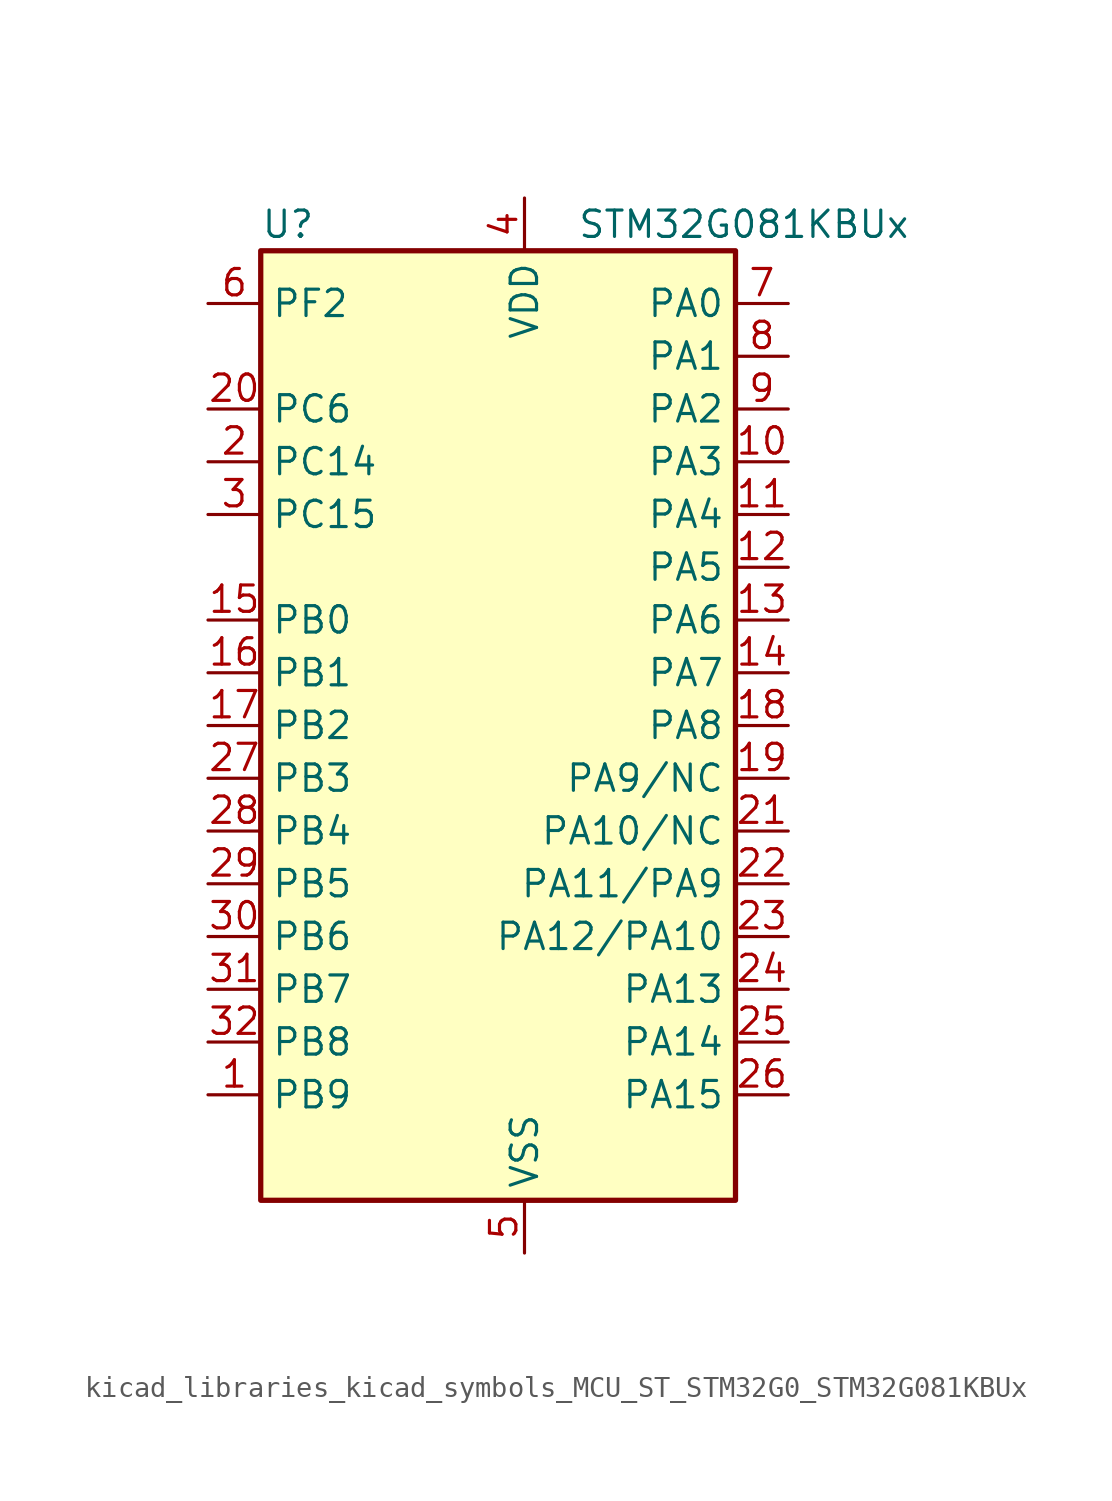
<source format=kicad_sym>
(kicad_symbol_lib
  (version 20220914)
  (generator kicad_symbol_editor)
  (symbol "kicad_libraries_kicad_symbols_MCU_ST_STM32G0_STM32G081KBUx"
    (property "Reference" "U"
      (at -10.16 24.13 0)
      (effects (font (size 1.27 1.27)) (justify left)))
    (property "Value" "STM32G081KBUx"
      (at 5.08 24.13 0)
      (effects (font (size 1.27 1.27)) (justify left)))
    (property "ki_locked" ""
      (at 0 0 0)
      (effects (font (size 1.27 1.27))))
    (symbol "kicad_libraries_kicad_symbols_MCU_ST_STM32G0_STM32G081KBUx_0_1"
      (rectangle (start -10.16 -22.86) (end 12.7 22.86) (stroke (width 0.254) (type default)) (fill (type background))))
    (symbol "kicad_libraries_kicad_symbols_MCU_ST_STM32G0_STM32G081KBUx_1_1"
      (pin bidirectional line (at -12.7 -17.78 0) (length 2.54) (name "PB9" (effects (font (size 1.27 1.27)))) (number "1" (effects (font (size 1.27 1.27)))) (alternate "DAC1_EXTI9" bidirectional line) (alternate "I2C1_SDA" bidirectional line) (alternate "IR_OUT" bidirectional line) (alternate "SPI2_NSS" bidirectional line) (alternate "TIM17_CH1" bidirectional line) (alternate "USART3_RX" bidirectional line))
      (pin bidirectional line (at 15.24 12.7 180) (length 2.54) (name "PA3" (effects (font (size 1.27 1.27)))) (number "10" (effects (font (size 1.27 1.27)))) (alternate "ADC1_IN3" bidirectional line) (alternate "COMP2_INP" bidirectional line) (alternate "LPUART1_RX" bidirectional line) (alternate "SPI2_MISO" bidirectional line) (alternate "TIM15_CH2" bidirectional line) (alternate "TIM2_CH4" bidirectional line) (alternate "USART2_RX" bidirectional line))
      (pin bidirectional line (at 15.24 10.16 180) (length 2.54) (name "PA4" (effects (font (size 1.27 1.27)))) (number "11" (effects (font (size 1.27 1.27)))) (alternate "ADC1_IN4" bidirectional line) (alternate "DAC1_OUT1" bidirectional line) (alternate "I2S1_WS" bidirectional line) (alternate "LPTIM2_OUT" bidirectional line) (alternate "RTC_OUT_ALARM" bidirectional line) (alternate "RTC_OUT_CALIB" bidirectional line) (alternate "RTC_TAMP_IN1" bidirectional line) (alternate "RTC_TS" bidirectional line) (alternate "SPI1_NSS" bidirectional line) (alternate "SPI2_MOSI" bidirectional line) (alternate "SYS_WKUP2" bidirectional line) (alternate "TIM14_CH1" bidirectional line))
      (pin bidirectional line (at 15.24 7.62 180) (length 2.54) (name "PA5" (effects (font (size 1.27 1.27)))) (number "12" (effects (font (size 1.27 1.27)))) (alternate "ADC1_IN5" bidirectional line) (alternate "CEC" bidirectional line) (alternate "DAC1_OUT2" bidirectional line) (alternate "I2S1_CK" bidirectional line) (alternate "LPTIM2_ETR" bidirectional line) (alternate "SPI1_SCK" bidirectional line) (alternate "TIM2_CH1" bidirectional line) (alternate "TIM2_ETR" bidirectional line) (alternate "UCPD1_FRSTX1" bidirectional line) (alternate "UCPD1_FRSTX2" bidirectional line) (alternate "USART3_TX" bidirectional line))
      (pin bidirectional line (at 15.24 5.08 180) (length 2.54) (name "PA6" (effects (font (size 1.27 1.27)))) (number "13" (effects (font (size 1.27 1.27)))) (alternate "ADC1_IN6" bidirectional line) (alternate "COMP1_OUT" bidirectional line) (alternate "I2S1_MCK" bidirectional line) (alternate "LPUART1_CTS" bidirectional line) (alternate "SPI1_MISO" bidirectional line) (alternate "TIM16_CH1" bidirectional line) (alternate "TIM1_BK" bidirectional line) (alternate "TIM3_CH1" bidirectional line) (alternate "USART3_CTS" bidirectional line) (alternate "USART3_NSS" bidirectional line))
      (pin bidirectional line (at 15.24 2.54 180) (length 2.54) (name "PA7" (effects (font (size 1.27 1.27)))) (number "14" (effects (font (size 1.27 1.27)))) (alternate "ADC1_IN7" bidirectional line) (alternate "COMP2_OUT" bidirectional line) (alternate "I2S1_SD" bidirectional line) (alternate "SPI1_MOSI" bidirectional line) (alternate "TIM14_CH1" bidirectional line) (alternate "TIM17_CH1" bidirectional line) (alternate "TIM1_CH1N" bidirectional line) (alternate "TIM3_CH2" bidirectional line) (alternate "UCPD1_FRSTX1" bidirectional line) (alternate "UCPD1_FRSTX2" bidirectional line))
      (pin bidirectional line (at -12.7 5.08 0) (length 2.54) (name "PB0" (effects (font (size 1.27 1.27)))) (number "15" (effects (font (size 1.27 1.27)))) (alternate "ADC1_IN8" bidirectional line) (alternate "COMP1_OUT" bidirectional line) (alternate "I2S1_WS" bidirectional line) (alternate "LPTIM1_OUT" bidirectional line) (alternate "SPI1_NSS" bidirectional line) (alternate "TIM1_CH2N" bidirectional line) (alternate "TIM3_CH3" bidirectional line) (alternate "UCPD1_FRSTX1" bidirectional line) (alternate "UCPD1_FRSTX2" bidirectional line) (alternate "USART3_RX" bidirectional line))
      (pin bidirectional line (at -12.7 2.54 0) (length 2.54) (name "PB1" (effects (font (size 1.27 1.27)))) (number "16" (effects (font (size 1.27 1.27)))) (alternate "ADC1_IN9" bidirectional line) (alternate "COMP1_INM" bidirectional line) (alternate "LPTIM2_IN1" bidirectional line) (alternate "LPUART1_DE" bidirectional line) (alternate "LPUART1_RTS" bidirectional line) (alternate "TIM14_CH1" bidirectional line) (alternate "TIM1_CH3N" bidirectional line) (alternate "TIM3_CH4" bidirectional line) (alternate "USART3_CK" bidirectional line) (alternate "USART3_DE" bidirectional line) (alternate "USART3_RTS" bidirectional line))
      (pin bidirectional line (at -12.7 0 0) (length 2.54) (name "PB2" (effects (font (size 1.27 1.27)))) (number "17" (effects (font (size 1.27 1.27)))) (alternate "ADC1_IN10" bidirectional line) (alternate "COMP1_INP" bidirectional line) (alternate "LPTIM1_OUT" bidirectional line) (alternate "SPI2_MISO" bidirectional line) (alternate "USART3_TX" bidirectional line))
      (pin bidirectional line (at 15.24 0 180) (length 2.54) (name "PA8" (effects (font (size 1.27 1.27)))) (number "18" (effects (font (size 1.27 1.27)))) (alternate "LPTIM2_OUT" bidirectional line) (alternate "RCC_MCO" bidirectional line) (alternate "SPI2_NSS" bidirectional line) (alternate "TIM1_CH1" bidirectional line) (alternate "UCPD1_CC1" bidirectional line))
      (pin bidirectional line (at 15.24 -2.54 180) (length 2.54) (name "PA9/NC" (effects (font (size 1.27 1.27)))) (number "19" (effects (font (size 1.27 1.27)))) (alternate "DAC1_EXTI9" bidirectional line) (alternate "I2C1_SCL" bidirectional line) (alternate "RCC_MCO" bidirectional line) (alternate "SPI2_MISO" bidirectional line) (alternate "TIM15_BK" bidirectional line) (alternate "TIM1_CH2" bidirectional line) (alternate "UCPD1_DBCC1" bidirectional line) (alternate "USART1_TX" bidirectional line))
      (pin bidirectional line (at -12.7 12.7 0) (length 2.54) (name "PC14" (effects (font (size 1.27 1.27)))) (number "2" (effects (font (size 1.27 1.27)))) (alternate "RCC_OSC32_IN" bidirectional line) (alternate "RCC_OSC_IN" bidirectional line) (alternate "TIM1_BK2" bidirectional line))
      (pin bidirectional line (at -12.7 15.24 0) (length 2.54) (name "PC6" (effects (font (size 1.27 1.27)))) (number "20" (effects (font (size 1.27 1.27)))) (alternate "TIM2_CH3" bidirectional line) (alternate "TIM3_CH1" bidirectional line) (alternate "UCPD1_FRSTX1" bidirectional line) (alternate "UCPD1_FRSTX2" bidirectional line))
      (pin bidirectional line (at 15.24 -5.08 180) (length 2.54) (name "PA10/NC" (effects (font (size 1.27 1.27)))) (number "21" (effects (font (size 1.27 1.27)))) (alternate "I2C1_SDA" bidirectional line) (alternate "SPI2_MOSI" bidirectional line) (alternate "TIM17_BK" bidirectional line) (alternate "TIM1_CH3" bidirectional line) (alternate "UCPD1_DBCC2" bidirectional line) (alternate "USART1_RX" bidirectional line))
      (pin bidirectional line (at 15.24 -7.62 180) (length 2.54) (name "PA11/PA9" (effects (font (size 1.27 1.27)))) (number "22" (effects (font (size 1.27 1.27)))) (alternate "ADC1_EXTI11" bidirectional line) (alternate "COMP1_OUT" bidirectional line) (alternate "I2C2_SCL" bidirectional line) (alternate "I2S1_MCK" bidirectional line) (alternate "SPI1_MISO" bidirectional line) (alternate "TIM1_BK2" bidirectional line) (alternate "TIM1_CH4" bidirectional line) (alternate "USART1_CTS" bidirectional line) (alternate "USART1_NSS" bidirectional line))
      (pin bidirectional line (at 15.24 -10.16 180) (length 2.54) (name "PA12/PA10" (effects (font (size 1.27 1.27)))) (number "23" (effects (font (size 1.27 1.27)))) (alternate "COMP2_OUT" bidirectional line) (alternate "I2C2_SDA" bidirectional line) (alternate "I2S1_SD" bidirectional line) (alternate "I2S_CKIN" bidirectional line) (alternate "SPI1_MOSI" bidirectional line) (alternate "TIM1_ETR" bidirectional line) (alternate "USART1_CK" bidirectional line) (alternate "USART1_DE" bidirectional line) (alternate "USART1_RTS" bidirectional line))
      (pin bidirectional line (at 15.24 -12.7 180) (length 2.54) (name "PA13" (effects (font (size 1.27 1.27)))) (number "24" (effects (font (size 1.27 1.27)))) (alternate "IR_OUT" bidirectional line) (alternate "SYS_SWDIO" bidirectional line))
      (pin bidirectional line (at 15.24 -15.24 180) (length 2.54) (name "PA14" (effects (font (size 1.27 1.27)))) (number "25" (effects (font (size 1.27 1.27)))) (alternate "SYS_SWCLK" bidirectional line) (alternate "USART2_TX" bidirectional line))
      (pin bidirectional line (at 15.24 -17.78 180) (length 2.54) (name "PA15" (effects (font (size 1.27 1.27)))) (number "26" (effects (font (size 1.27 1.27)))) (alternate "I2S1_WS" bidirectional line) (alternate "SPI1_NSS" bidirectional line) (alternate "TIM2_CH1" bidirectional line) (alternate "TIM2_ETR" bidirectional line) (alternate "USART2_RX" bidirectional line) (alternate "USART3_CK" bidirectional line) (alternate "USART3_DE" bidirectional line) (alternate "USART3_RTS" bidirectional line) (alternate "USART4_CK" bidirectional line) (alternate "USART4_DE" bidirectional line) (alternate "USART4_RTS" bidirectional line))
      (pin bidirectional line (at -12.7 -2.54 0) (length 2.54) (name "PB3" (effects (font (size 1.27 1.27)))) (number "27" (effects (font (size 1.27 1.27)))) (alternate "COMP2_INM" bidirectional line) (alternate "I2S1_CK" bidirectional line) (alternate "SPI1_SCK" bidirectional line) (alternate "TIM1_CH2" bidirectional line) (alternate "TIM2_CH2" bidirectional line) (alternate "USART1_CK" bidirectional line) (alternate "USART1_DE" bidirectional line) (alternate "USART1_RTS" bidirectional line))
      (pin bidirectional line (at -12.7 -5.08 0) (length 2.54) (name "PB4" (effects (font (size 1.27 1.27)))) (number "28" (effects (font (size 1.27 1.27)))) (alternate "COMP2_INP" bidirectional line) (alternate "I2S1_MCK" bidirectional line) (alternate "SPI1_MISO" bidirectional line) (alternate "TIM17_BK" bidirectional line) (alternate "TIM3_CH1" bidirectional line) (alternate "USART1_CTS" bidirectional line) (alternate "USART1_NSS" bidirectional line))
      (pin bidirectional line (at -12.7 -7.62 0) (length 2.54) (name "PB5" (effects (font (size 1.27 1.27)))) (number "29" (effects (font (size 1.27 1.27)))) (alternate "COMP2_OUT" bidirectional line) (alternate "I2C1_SMBA" bidirectional line) (alternate "I2S1_SD" bidirectional line) (alternate "LPTIM1_IN1" bidirectional line) (alternate "SPI1_MOSI" bidirectional line) (alternate "SYS_WKUP6" bidirectional line) (alternate "TIM16_BK" bidirectional line) (alternate "TIM3_CH2" bidirectional line))
      (pin bidirectional line (at -12.7 10.16 0) (length 2.54) (name "PC15" (effects (font (size 1.27 1.27)))) (number "3" (effects (font (size 1.27 1.27)))) (alternate "RCC_OSC32_EN" bidirectional line) (alternate "RCC_OSC32_OUT" bidirectional line) (alternate "RCC_OSC_EN" bidirectional line) (alternate "TIM15_BK" bidirectional line))
      (pin bidirectional line (at -12.7 -10.16 0) (length 2.54) (name "PB6" (effects (font (size 1.27 1.27)))) (number "30" (effects (font (size 1.27 1.27)))) (alternate "COMP2_INP" bidirectional line) (alternate "I2C1_SCL" bidirectional line) (alternate "LPTIM1_ETR" bidirectional line) (alternate "SPI2_MISO" bidirectional line) (alternate "TIM16_CH1N" bidirectional line) (alternate "TIM1_CH3" bidirectional line) (alternate "USART1_TX" bidirectional line))
      (pin bidirectional line (at -12.7 -12.7 0) (length 2.54) (name "PB7" (effects (font (size 1.27 1.27)))) (number "31" (effects (font (size 1.27 1.27)))) (alternate "COMP2_INM" bidirectional line) (alternate "I2C1_SDA" bidirectional line) (alternate "LPTIM1_IN2" bidirectional line) (alternate "SPI2_MOSI" bidirectional line) (alternate "SYS_PVD_IN" bidirectional line) (alternate "TIM17_CH1N" bidirectional line) (alternate "USART1_RX" bidirectional line) (alternate "USART4_CTS" bidirectional line) (alternate "USART4_NSS" bidirectional line))
      (pin bidirectional line (at -12.7 -15.24 0) (length 2.54) (name "PB8" (effects (font (size 1.27 1.27)))) (number "32" (effects (font (size 1.27 1.27)))) (alternate "CEC" bidirectional line) (alternate "I2C1_SCL" bidirectional line) (alternate "SPI2_SCK" bidirectional line) (alternate "TIM15_BK" bidirectional line) (alternate "TIM16_CH1" bidirectional line) (alternate "USART3_TX" bidirectional line))
      (pin passive line (at 2.54 -25.4 90) (length 2.54) hide (name "VSS" (effects (font (size 1.27 1.27)))) (number "33" (effects (font (size 1.27 1.27)))))
      (pin power_in line (at 2.54 25.4 270) (length 2.54) (name "VDD" (effects (font (size 1.27 1.27)))) (number "4" (effects (font (size 1.27 1.27)))))
      (pin power_in line (at 2.54 -25.4 90) (length 2.54) (name "VSS" (effects (font (size 1.27 1.27)))) (number "5" (effects (font (size 1.27 1.27)))))
      (pin bidirectional line (at -12.7 20.32 0) (length 2.54) (name "PF2" (effects (font (size 1.27 1.27)))) (number "6" (effects (font (size 1.27 1.27)))) (alternate "RCC_MCO" bidirectional line))
      (pin bidirectional line (at 15.24 20.32 180) (length 2.54) (name "PA0" (effects (font (size 1.27 1.27)))) (number "7" (effects (font (size 1.27 1.27)))) (alternate "ADC1_IN0" bidirectional line) (alternate "COMP1_INM" bidirectional line) (alternate "COMP1_OUT" bidirectional line) (alternate "LPTIM1_OUT" bidirectional line) (alternate "RTC_TAMP_IN2" bidirectional line) (alternate "SPI2_SCK" bidirectional line) (alternate "SYS_WKUP1" bidirectional line) (alternate "TIM2_CH1" bidirectional line) (alternate "TIM2_ETR" bidirectional line) (alternate "USART2_CTS" bidirectional line) (alternate "USART2_NSS" bidirectional line) (alternate "USART4_TX" bidirectional line))
      (pin bidirectional line (at 15.24 17.78 180) (length 2.54) (name "PA1" (effects (font (size 1.27 1.27)))) (number "8" (effects (font (size 1.27 1.27)))) (alternate "ADC1_IN1" bidirectional line) (alternate "COMP1_INP" bidirectional line) (alternate "I2C1_SMBA" bidirectional line) (alternate "I2S1_CK" bidirectional line) (alternate "SPI1_SCK" bidirectional line) (alternate "TIM15_CH1N" bidirectional line) (alternate "TIM2_CH2" bidirectional line) (alternate "USART2_CK" bidirectional line) (alternate "USART2_DE" bidirectional line) (alternate "USART2_RTS" bidirectional line) (alternate "USART4_RX" bidirectional line))
      (pin bidirectional line (at 15.24 15.24 180) (length 2.54) (name "PA2" (effects (font (size 1.27 1.27)))) (number "9" (effects (font (size 1.27 1.27)))) (alternate "ADC1_IN2" bidirectional line) (alternate "COMP2_INM" bidirectional line) (alternate "COMP2_OUT" bidirectional line) (alternate "I2S1_SD" bidirectional line) (alternate "LPUART1_TX" bidirectional line) (alternate "RCC_LSCO" bidirectional line) (alternate "SPI1_MOSI" bidirectional line) (alternate "SYS_WKUP4" bidirectional line) (alternate "TIM15_CH1" bidirectional line) (alternate "TIM2_CH3" bidirectional line) (alternate "UCPD1_FRSTX1" bidirectional line) (alternate "UCPD1_FRSTX2" bidirectional line) (alternate "USART2_TX" bidirectional line)))))
</source>
